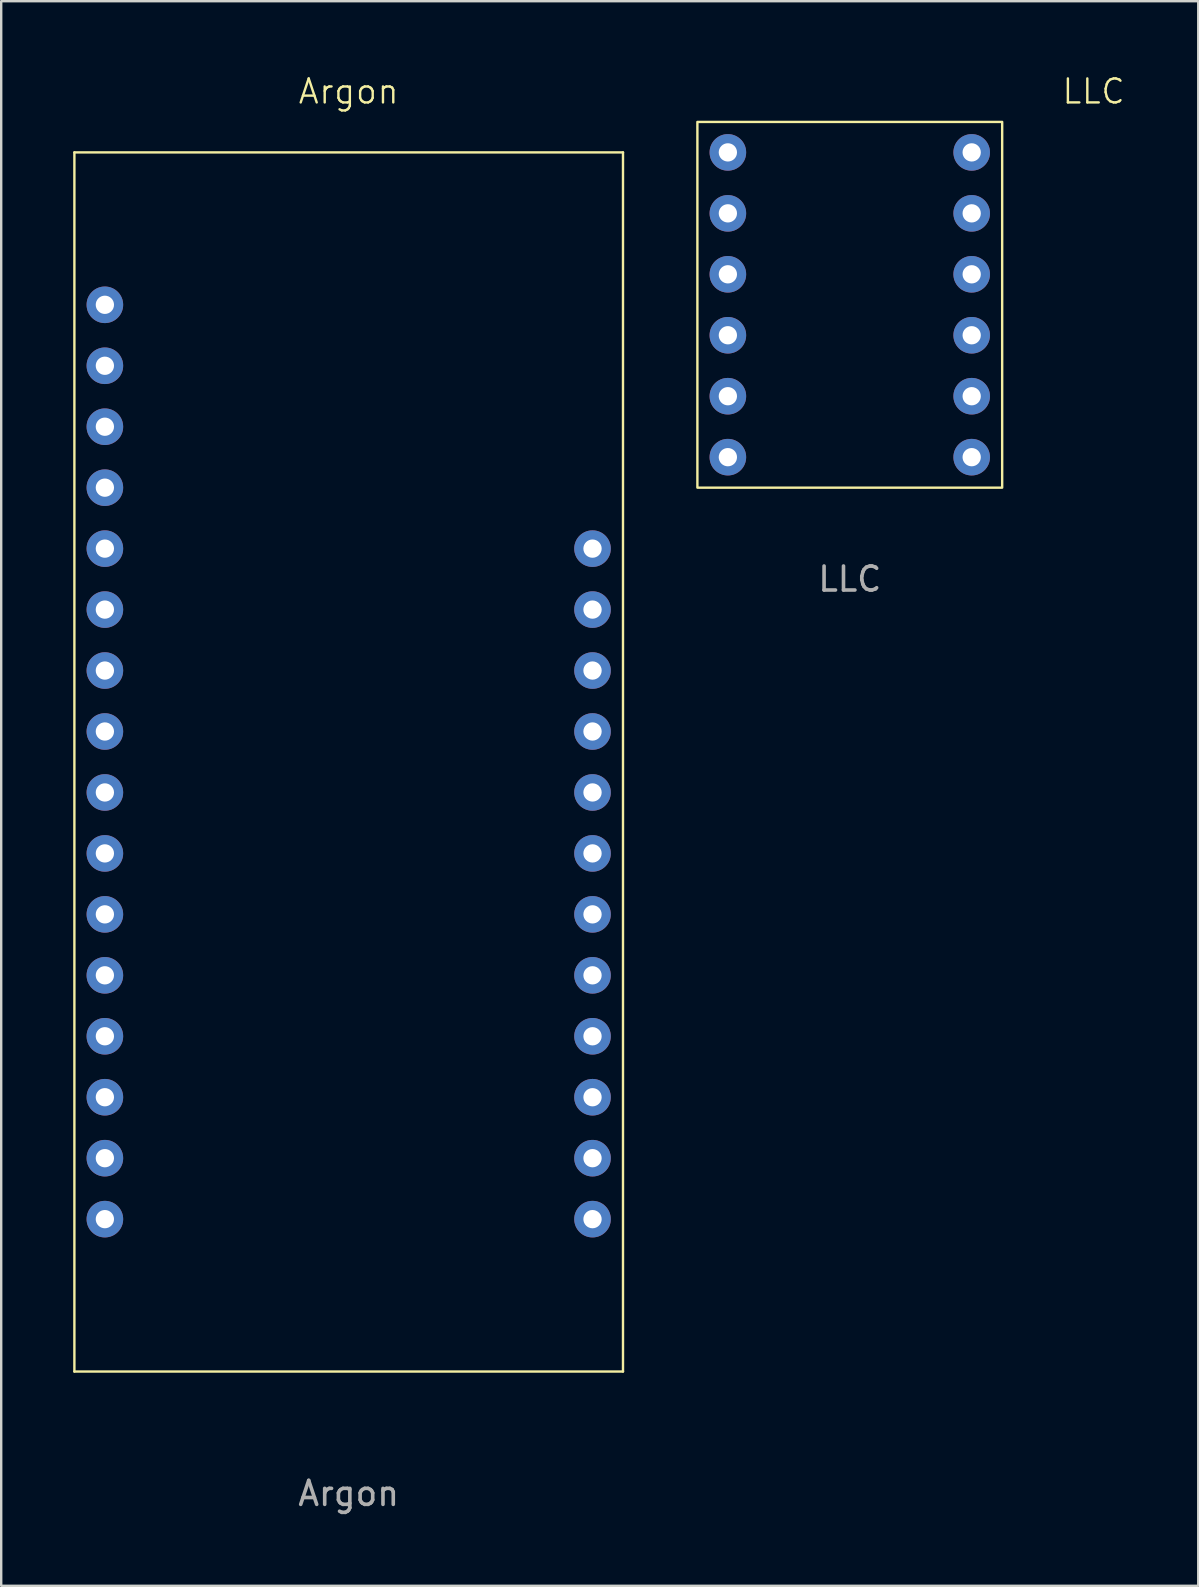
<source format=kicad_pcb>
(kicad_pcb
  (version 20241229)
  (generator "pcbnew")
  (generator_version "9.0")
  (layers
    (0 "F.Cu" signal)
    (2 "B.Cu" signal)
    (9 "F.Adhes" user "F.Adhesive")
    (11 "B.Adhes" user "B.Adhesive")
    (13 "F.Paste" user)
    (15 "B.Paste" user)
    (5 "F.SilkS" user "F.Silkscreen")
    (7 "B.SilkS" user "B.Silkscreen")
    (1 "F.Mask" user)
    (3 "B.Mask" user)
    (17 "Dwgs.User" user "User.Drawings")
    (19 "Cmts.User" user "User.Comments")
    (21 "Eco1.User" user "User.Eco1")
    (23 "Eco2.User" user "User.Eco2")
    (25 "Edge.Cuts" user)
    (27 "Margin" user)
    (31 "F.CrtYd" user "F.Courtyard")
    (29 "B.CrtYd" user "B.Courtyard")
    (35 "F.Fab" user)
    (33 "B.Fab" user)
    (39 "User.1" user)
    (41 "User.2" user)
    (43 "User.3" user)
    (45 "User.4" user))
  (footprint "Argon"
    (layer "F.Cu")
    (at 11.48 28.701)
    (property "Reference" "Argon" (at 0 -27.94 0) (unlocked yes) (layer "F.SilkS") (effects (font (size 1 1) (thickness 0.1))))
    (attr through_hole)
    (fp_line (start -11.43 -25.4) (end -11.43 25.4) (stroke (width 0.1) (type default)) (layer "F.SilkS"))
    (fp_line (start -11.43 25.4) (end 11.43 25.4) (stroke (width 0.1) (type default)) (layer "F.SilkS"))
    (fp_line (start 11.43 -25.4) (end -11.43 -25.4) (stroke (width 0.1) (type default)) (layer "F.SilkS"))
    (fp_line (start 11.43 25.4) (end 11.43 -25.4) (stroke (width 0.1) (type default)) (layer "F.SilkS"))
    (fp_text user "${REFERENCE}" (at 0 30.48 0) (unlocked yes) (layer "F.Fab") (effects (font (size 1 1) (thickness 0.15))))
    (pad "1" thru_hole circle (at -10.16 -19.05) (size 1.524 1.524) (drill 0.762) (layers "*.Cu" "*.Mask"))
    (pad "2" thru_hole circle (at -10.16 -16.51) (size 1.524 1.524) (drill 0.762) (layers "*.Cu" "*.Mask"))
    (pad "3" thru_hole circle (at -10.16 -13.97) (size 1.524 1.524) (drill 0.762) (layers "*.Cu" "*.Mask"))
    (pad "4" thru_hole circle (at -10.16 -11.43) (size 1.524 1.524) (drill 0.762) (layers "*.Cu" "*.Mask"))
    (pad "5" thru_hole circle (at -10.16 -8.89) (size 1.524 1.524) (drill 0.762) (layers "*.Cu" "*.Mask"))
    (pad "6" thru_hole circle (at -10.16 -6.35) (size 1.524 1.524) (drill 0.762) (layers "*.Cu" "*.Mask"))
    (pad "7" thru_hole circle (at -10.16 -3.81) (size 1.524 1.524) (drill 0.762) (layers "*.Cu" "*.Mask"))
    (pad "8" thru_hole circle (at -10.16 -1.27) (size 1.524 1.524) (drill 0.762) (layers "*.Cu" "*.Mask"))
    (pad "9" thru_hole circle (at -10.16 1.27) (size 1.524 1.524) (drill 0.762) (layers "*.Cu" "*.Mask"))
    (pad "10" thru_hole circle (at -10.16 3.81) (size 1.524 1.524) (drill 0.762) (layers "*.Cu" "*.Mask"))
    (pad "11" thru_hole circle (at -10.16 6.35) (size 1.524 1.524) (drill 0.762) (layers "*.Cu" "*.Mask"))
    (pad "12" thru_hole circle (at -10.16 8.89) (size 1.524 1.524) (drill 0.762) (layers "*.Cu" "*.Mask"))
    (pad "13" thru_hole circle (at -10.16 11.43) (size 1.524 1.524) (drill 0.762) (layers "*.Cu" "*.Mask"))
    (pad "14" thru_hole circle (at -10.16 13.97) (size 1.524 1.524) (drill 0.762) (layers "*.Cu" "*.Mask"))
    (pad "15" thru_hole circle (at -10.16 16.51) (size 1.524 1.524) (drill 0.762) (layers "*.Cu" "*.Mask"))
    (pad "16" thru_hole circle (at -10.16 19.05) (size 1.524 1.524) (drill 0.762) (layers "*.Cu" "*.Mask"))
    (pad "17" thru_hole circle (at 10.16 19.05) (size 1.524 1.524) (drill 0.762) (layers "*.Cu" "*.Mask"))
    (pad "18" thru_hole circle (at 10.16 16.51) (size 1.524 1.524) (drill 0.762) (layers "*.Cu" "*.Mask"))
    (pad "19" thru_hole circle (at 10.16 13.97) (size 1.524 1.524) (drill 0.762) (layers "*.Cu" "*.Mask"))
    (pad "20" thru_hole circle (at 10.16 11.43) (size 1.524 1.524) (drill 0.762) (layers "*.Cu" "*.Mask"))
    (pad "21" thru_hole circle (at 10.16 8.89) (size 1.524 1.524) (drill 0.762) (layers "*.Cu" "*.Mask"))
    (pad "22" thru_hole circle (at 10.16 6.35) (size 1.524 1.524) (drill 0.762) (layers "*.Cu" "*.Mask"))
    (pad "23" thru_hole circle (at 10.16 3.81) (size 1.524 1.524) (drill 0.762) (layers "*.Cu" "*.Mask"))
    (pad "24" thru_hole circle (at 10.16 1.27) (size 1.524 1.524) (drill 0.762) (layers "*.Cu" "*.Mask"))
    (pad "25" thru_hole circle (at 10.16 -1.27) (size 1.524 1.524) (drill 0.762) (layers "*.Cu" "*.Mask"))
    (pad "26" thru_hole circle (at 10.16 -3.81) (size 1.524 1.524) (drill 0.762) (layers "*.Cu" "*.Mask"))
    (pad "27" thru_hole circle (at 10.16 -6.35) (size 1.524 1.524) (drill 0.762) (layers "*.Cu" "*.Mask"))
    (pad "28" thru_hole circle (at 10.16 -8.89) (size 1.524 1.524) (drill 0.762) (layers "*.Cu" "*.Mask")))
  (footprint "LLC"
    (layer "F.Cu")
    (at 32.36 9.65)
    (property "Reference" "LLC" (at 10.16 -8.89 0) (unlocked yes) (layer "F.SilkS") (effects (font (size 1 1) (thickness 0.1))))
    (attr through_hole)
    (fp_rect (start -6.35 -7.62) (end 6.35 7.62) (stroke (width 0.1) (type default)) (fill no) (layer "F.SilkS"))
    (fp_text user "${REFERENCE}" (at 0 11.43 0) (unlocked yes) (layer "F.Fab") (effects (font (size 1 1) (thickness 0.15))))
    (pad "1" thru_hole circle (at -5.08 -6.35 90) (size 1.524 1.524) (drill 0.762) (layers "*.Cu" "*.Mask"))
    (pad "2" thru_hole circle (at -5.08 -3.81 90) (size 1.524 1.524) (drill 0.762) (layers "*.Cu" "*.Mask"))
    (pad "3" thru_hole circle (at -5.08 -1.27 90) (size 1.524 1.524) (drill 0.762) (layers "*.Cu" "*.Mask"))
    (pad "4" thru_hole circle (at -5.08 1.27 90) (size 1.524 1.524) (drill 0.762) (layers "*.Cu" "*.Mask"))
    (pad "5" thru_hole circle (at -5.08 3.81 90) (size 1.524 1.524) (drill 0.762) (layers "*.Cu" "*.Mask"))
    (pad "6" thru_hole circle (at -5.08 6.35 90) (size 1.524 1.524) (drill 0.762) (layers "*.Cu" "*.Mask"))
    (pad "7" thru_hole circle (at 5.08 6.35 90) (size 1.524 1.524) (drill 0.762) (layers "*.Cu" "*.Mask"))
    (pad "8" thru_hole circle (at 5.08 3.81 90) (size 1.524 1.524) (drill 0.762) (layers "*.Cu" "*.Mask"))
    (pad "9" thru_hole circle (at 5.08 1.27 90) (size 1.524 1.524) (drill 0.762) (layers "*.Cu" "*.Mask"))
    (pad "10" thru_hole circle (at 5.08 -1.27 90) (size 1.524 1.524) (drill 0.762) (layers "*.Cu" "*.Mask"))
    (pad "11" thru_hole circle (at 5.08 -3.81 90) (size 1.524 1.524) (drill 0.762) (layers "*.Cu" "*.Mask"))
    (pad "12" thru_hole circle (at 5.08 -6.35 90) (size 1.524 1.524) (drill 0.762) (layers "*.Cu" "*.Mask")))
  (gr_rect
    (start -3 -3)
    (end 46.88 63.029)
    (stroke (width 0.1) (type default))
    (fill no)
    (layer "Edge.Cuts")))
</source>
